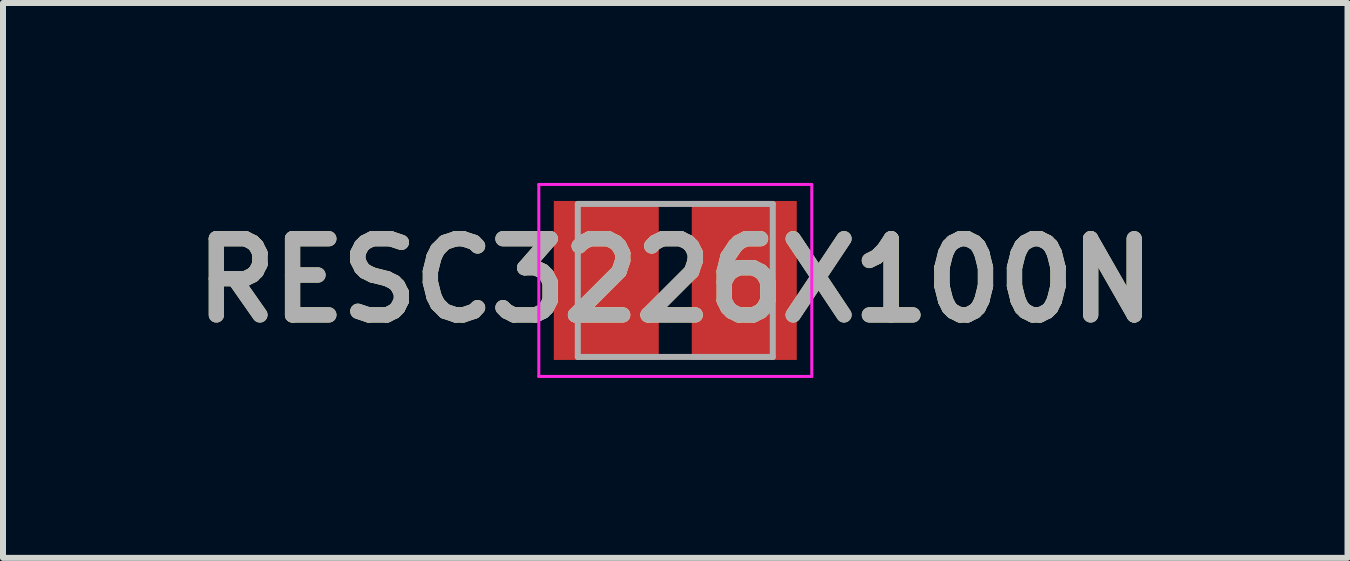
<source format=kicad_pcb>
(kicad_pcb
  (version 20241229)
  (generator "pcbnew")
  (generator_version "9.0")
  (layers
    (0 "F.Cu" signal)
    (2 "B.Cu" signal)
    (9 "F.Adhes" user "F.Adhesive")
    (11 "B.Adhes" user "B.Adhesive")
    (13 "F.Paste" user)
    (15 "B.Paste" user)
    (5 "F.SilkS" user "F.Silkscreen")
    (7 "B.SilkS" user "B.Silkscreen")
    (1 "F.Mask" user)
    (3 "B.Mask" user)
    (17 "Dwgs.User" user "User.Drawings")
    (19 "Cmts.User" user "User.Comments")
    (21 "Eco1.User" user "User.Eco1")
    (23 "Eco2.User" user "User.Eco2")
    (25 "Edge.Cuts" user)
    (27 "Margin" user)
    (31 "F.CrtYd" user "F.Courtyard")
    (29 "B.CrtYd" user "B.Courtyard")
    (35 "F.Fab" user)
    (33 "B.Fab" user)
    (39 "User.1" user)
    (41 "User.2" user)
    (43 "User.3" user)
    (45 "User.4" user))
  (footprint "RESC3226X100N"
    (layer "F.Cu")
    (at 8.207 1.625)
    (property "Reference" "RESC3226X100N" (at 0 0 0) (layer "F.SilkS") (effects (font (size 1.27 1.27) (thickness 0.254))))
    (attr smd)
    (fp_line (start -2.275 -1.6) (end 2.275 -1.6) (stroke (width 0.05) (type solid)) (layer "F.CrtYd"))
    (fp_line (start -2.275 1.6) (end -2.275 -1.6) (stroke (width 0.05) (type solid)) (layer "F.CrtYd"))
    (fp_line (start 2.275 -1.6) (end 2.275 1.6) (stroke (width 0.05) (type solid)) (layer "F.CrtYd"))
    (fp_line (start 2.275 1.6) (end -2.275 1.6) (stroke (width 0.05) (type solid)) (layer "F.CrtYd"))
    (fp_line (start -1.625 -1.275) (end 1.625 -1.275) (stroke (width 0.1) (type solid)) (layer "F.Fab"))
    (fp_line (start -1.625 1.275) (end -1.625 -1.275) (stroke (width 0.1) (type solid)) (layer "F.Fab"))
    (fp_line (start 1.625 -1.275) (end 1.625 1.275) (stroke (width 0.1) (type solid)) (layer "F.Fab"))
    (fp_line (start 1.625 1.275) (end -1.625 1.275) (stroke (width 0.1) (type solid)) (layer "F.Fab"))
    (fp_text user "${REFERENCE}" (at 0 0 0) (layer "F.Fab") (effects (font (size 1.27 1.27) (thickness 0.254))))
    (pad "1" smd rect (at -1.15 0) (size 1.75 2.65) (layers "F.Cu" "F.Mask" "F.Paste"))
    (pad "2" smd rect (at 1.15 0) (size 1.75 2.65) (layers "F.Cu" "F.Mask" "F.Paste")))
  (gr_rect
    (start -3 -3)
    (end 19.413 6.25)
    (stroke (width 0.1) (type default))
    (fill no)
    (layer "Edge.Cuts")))
</source>
